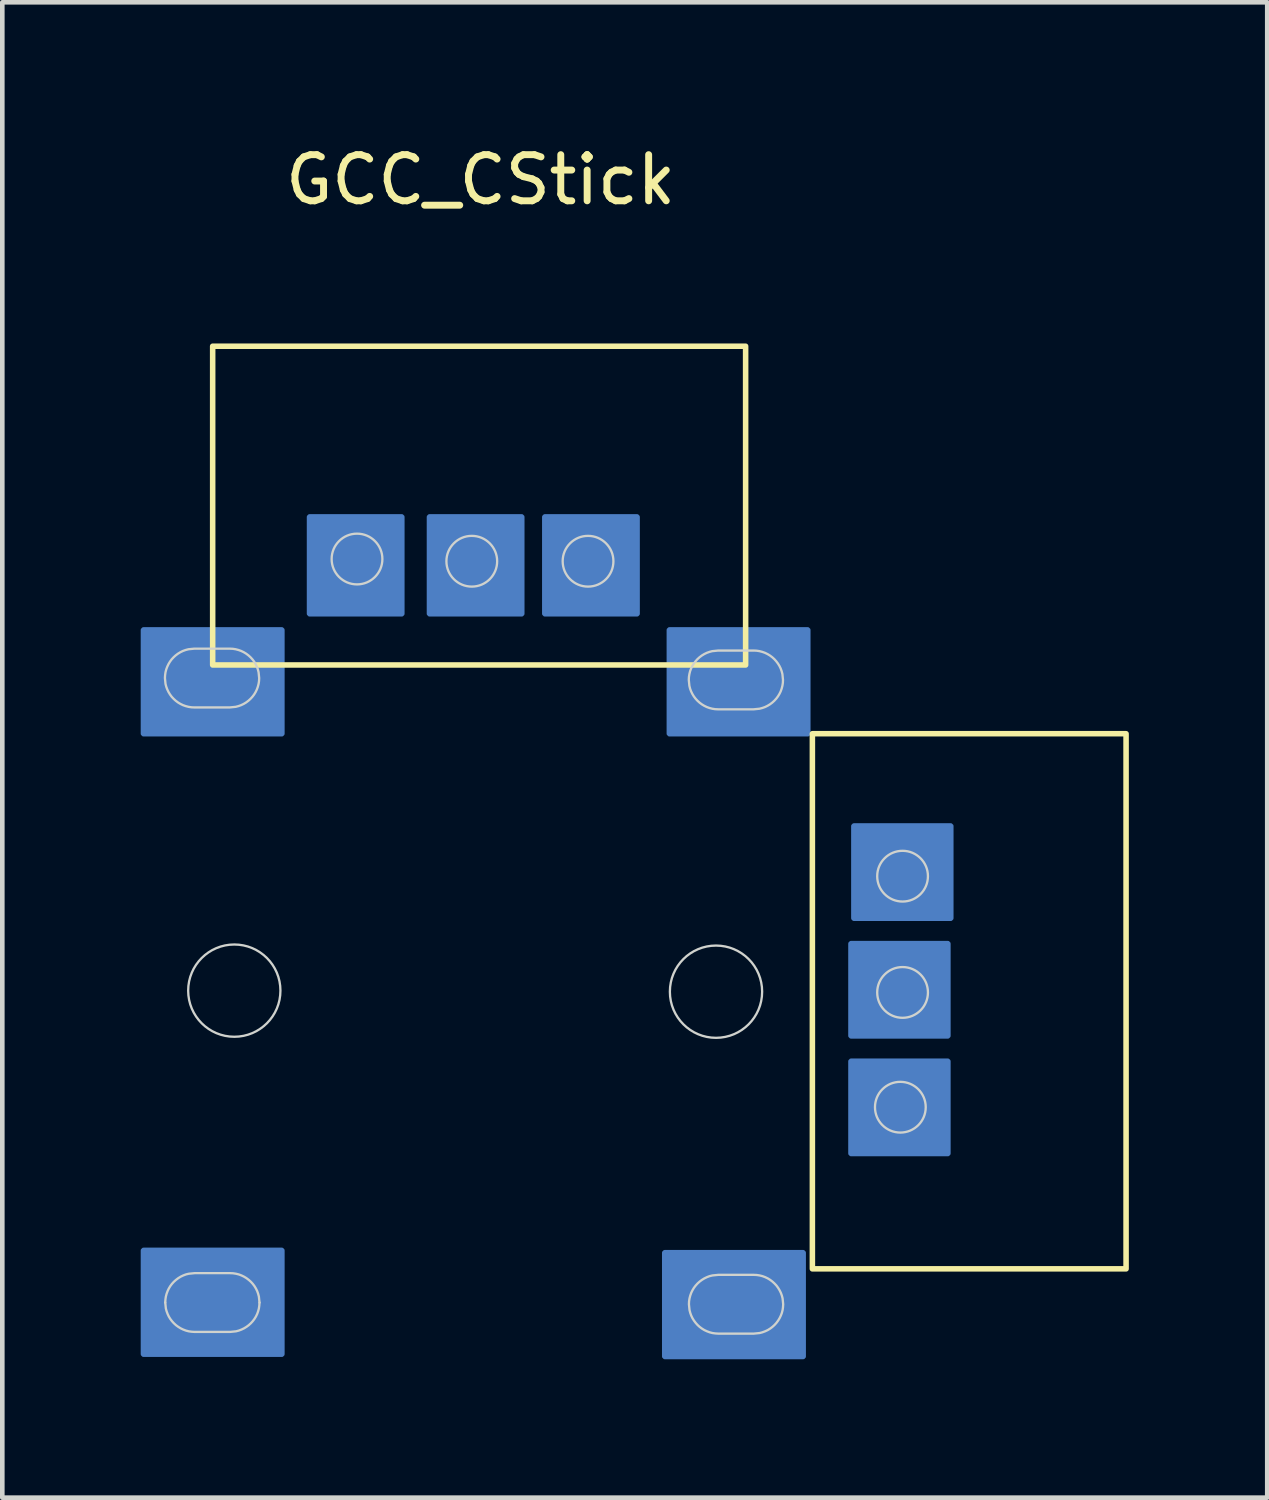
<source format=kicad_pcb>
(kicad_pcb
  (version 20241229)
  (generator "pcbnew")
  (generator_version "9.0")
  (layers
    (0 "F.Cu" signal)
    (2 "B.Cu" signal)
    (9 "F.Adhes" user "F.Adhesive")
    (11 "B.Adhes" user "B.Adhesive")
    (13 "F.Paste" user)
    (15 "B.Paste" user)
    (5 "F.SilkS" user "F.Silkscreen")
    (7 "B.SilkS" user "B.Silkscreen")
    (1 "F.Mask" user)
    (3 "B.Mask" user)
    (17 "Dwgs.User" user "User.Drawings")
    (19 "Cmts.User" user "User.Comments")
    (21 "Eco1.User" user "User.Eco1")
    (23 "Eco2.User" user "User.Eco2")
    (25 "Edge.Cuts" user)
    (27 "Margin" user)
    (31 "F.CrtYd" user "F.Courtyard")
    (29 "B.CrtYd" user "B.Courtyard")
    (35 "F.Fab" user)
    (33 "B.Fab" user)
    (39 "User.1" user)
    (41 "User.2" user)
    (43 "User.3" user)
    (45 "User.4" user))
  (footprint "GCC_CStick"
    (layer "F.Cu")
    (at 7.368 12.248)
    (property "Reference" "GCC_CStick" (at 0 -11.4 0) (unlocked yes) (layer "F.SilkS") (effects (font (size 1 1) (thickness 0.15))))
    (attr smd)
    (fp_rect (start -5.808 -7.793) (end 5.745 -0.883) (stroke (width 0.12) (type default)) (fill no) (layer "F.SilkS"))
    (fp_rect (start 7.192 0.607) (end 13.992 12.207) (stroke (width 0.12) (type default)) (fill no) (layer "F.SilkS"))
    (fp_line (start -6.836 12.937) (end -6.836 12.937) (stroke (width 0.05) (type default)) (layer "Edge.Cuts"))
    (fp_line (start -4.793 12.937) (end -4.793 12.937) (stroke (width 0.05) (type default)) (layer "Edge.Cuts"))
    (fp_circle (center -5.339 6.176) (end -5.339 5.176) (stroke (width 0.05) (type solid)) (fill no) (layer "Edge.Cuts"))
    (fp_circle (center -2.679 -3.18) (end -2.129 -3.18) (stroke (width 0.05) (type default)) (fill no) (layer "Edge.Cuts"))
    (fp_circle (center -0.191 -3.132) (end 0.359 -3.132) (stroke (width 0.05) (type default)) (fill no) (layer "Edge.Cuts"))
    (fp_circle (center 2.329 -3.132) (end 2.879 -3.132) (stroke (width 0.05) (type default)) (fill no) (layer "Edge.Cuts"))
    (fp_circle (center 5.103 6.199) (end 6.103 6.199) (stroke (width 0.05) (type default)) (fill no) (layer "Edge.Cuts"))
    (fp_circle (center 9.099 8.703) (end 9.649 8.703) (stroke (width 0.05) (type default)) (fill no) (layer "Edge.Cuts"))
    (fp_circle (center 9.147 3.695) (end 9.697 3.695) (stroke (width 0.05) (type default)) (fill no) (layer "Edge.Cuts"))
    (fp_circle (center 9.147 6.215) (end 9.697 6.215) (stroke (width 0.05) (type default)) (fill no) (layer "Edge.Cuts"))
    (fp_poly (pts (xy -5.437 -1.237) (xy -6.205 -1.237) (xy -6.333 -1.224) (xy -6.394 -1.208) (xy -6.453 -1.187) (xy -6.508 -1.16) (xy -6.561 -1.128) (xy -6.61 -1.091) (xy -6.655 -1.05) (xy -6.697 -1.005) (xy -6.733 -0.956) (xy -6.765 -0.903) (xy -6.792 -0.847) (xy -6.814 -0.789) (xy -6.83 -0.728) (xy -6.839 -0.665) (xy -6.843 -0.6) (xy -6.83 -0.472) (xy -6.814 -0.411) (xy -6.792 -0.353) (xy -6.765 -0.297) (xy -6.733 -0.244) (xy -6.697 -0.195) (xy -6.655 -0.15) (xy -6.61 -0.109) (xy -6.561 -0.072) (xy -6.508 -0.04) (xy -6.453 -0.013) (xy -6.394 0.008) (xy -6.333 0.024) (xy -6.27 0.034) (xy -6.205 0.037) (xy -5.437 0.037) (xy -5.309 0.024) (xy -5.248 0.008) (xy -5.19 -0.013) (xy -5.134 -0.04) (xy -5.081 -0.072) (xy -5.032 -0.109) (xy -4.987 -0.15) (xy -4.946 -0.195) (xy -4.909 -0.244) (xy -4.877 -0.297) (xy -4.85 -0.353) (xy -4.829 -0.411) (xy -4.813 -0.472) (xy -4.803 -0.535) (xy -4.8 -0.6) (xy -4.813 -0.728) (xy -4.829 -0.789) (xy -4.85 -0.847) (xy -4.877 -0.903) (xy -4.909 -0.956) (xy -4.946 -1.005) (xy -4.987 -1.05) (xy -5.032 -1.091) (xy -5.081 -1.128) (xy -5.134 -1.16) (xy -5.19 -1.187) (xy -5.248 -1.208) (xy -5.309 -1.224) (xy -5.372 -1.234)) (stroke (width 0.05) (type solid)) (fill no) (layer "Edge.Cuts"))
    (fp_poly (pts (xy -5.43 12.3) (xy -6.199 12.3) (xy -6.327 12.313) (xy -6.388 12.328) (xy -6.446 12.35) (xy -6.502 12.377) (xy -6.554 12.409) (xy -6.603 12.446) (xy -6.649 12.487) (xy -6.69 12.532) (xy -6.727 12.581) (xy -6.759 12.634) (xy -6.785 12.689) (xy -6.807 12.748) (xy -6.823 12.809) (xy -6.832 12.872) (xy -6.836 12.937) (xy -6.823 13.065) (xy -6.807 13.125) (xy -6.785 13.184) (xy -6.759 13.24) (xy -6.727 13.292) (xy -6.69 13.341) (xy -6.649 13.386) (xy -6.603 13.428) (xy -6.554 13.464) (xy -6.502 13.496) (xy -6.446 13.523) (xy -6.388 13.545) (xy -6.327 13.561) (xy -6.264 13.57) (xy -6.199 13.574) (xy -5.43 13.574) (xy -5.302 13.561) (xy -5.241 13.545) (xy -5.183 13.523) (xy -5.127 13.496) (xy -5.075 13.464) (xy -5.026 13.428) (xy -4.98 13.386) (xy -4.939 13.341) (xy -4.902 13.292) (xy -4.87 13.24) (xy -4.843 13.184) (xy -4.822 13.125) (xy -4.806 13.065) (xy -4.797 13.001) (xy -4.793 12.937) (xy -4.806 12.809) (xy -4.822 12.748) (xy -4.843 12.689) (xy -4.87 12.634) (xy -4.902 12.581) (xy -4.939 12.532) (xy -4.98 12.487) (xy -5.026 12.446) (xy -5.075 12.409) (xy -5.127 12.377) (xy -5.183 12.35) (xy -5.241 12.328) (xy -5.302 12.313) (xy -5.365 12.303)) (stroke (width 0.05) (type solid)) (fill no) (layer "Edge.Cuts"))
    (fp_poly (pts (xy 5.918 -1.196) (xy 5.15 -1.196) (xy 5.022 -1.183) (xy 4.961 -1.167) (xy 4.902 -1.146) (xy 4.847 -1.119) (xy 4.794 -1.087) (xy 4.745 -1.05) (xy 4.7 -1.009) (xy 4.659 -0.963) (xy 4.622 -0.914) (xy 4.59 -0.862) (xy 4.563 -0.806) (xy 4.541 -0.748) (xy 4.526 -0.687) (xy 4.516 -0.624) (xy 4.513 -0.559) (xy 4.526 -0.431) (xy 4.541 -0.37) (xy 4.563 -0.311) (xy 4.59 -0.256) (xy 4.622 -0.203) (xy 4.659 -0.154) (xy 4.7 -0.109) (xy 4.745 -0.068) (xy 4.794 -0.031) (xy 4.847 0.001) (xy 4.902 0.028) (xy 4.961 0.049) (xy 5.022 0.065) (xy 5.085 0.075) (xy 5.15 0.078) (xy 5.918 0.078) (xy 6.046 0.065) (xy 6.107 0.049) (xy 6.166 0.028) (xy 6.221 0.001) (xy 6.274 -0.031) (xy 6.323 -0.068) (xy 6.368 -0.109) (xy 6.409 -0.154) (xy 6.446 -0.203) (xy 6.478 -0.256) (xy 6.505 -0.311) (xy 6.526 -0.37) (xy 6.542 -0.431) (xy 6.552 -0.494) (xy 6.555 -0.559) (xy 6.542 -0.687) (xy 6.526 -0.748) (xy 6.505 -0.806) (xy 6.478 -0.862) (xy 6.446 -0.914) (xy 6.409 -0.963) (xy 6.368 -1.009) (xy 6.323 -1.05) (xy 6.274 -1.087) (xy 6.221 -1.119) (xy 6.166 -1.146) (xy 6.107 -1.167) (xy 6.046 -1.183) (xy 5.983 -1.193)) (stroke (width 0.05) (type solid)) (fill no) (layer "Edge.Cuts"))
    (fp_poly (pts (xy 5.922 12.337) (xy 5.153 12.337) (xy 5.025 12.35) (xy 4.964 12.365) (xy 4.906 12.387) (xy 4.85 12.414) (xy 4.798 12.446) (xy 4.748 12.483) (xy 4.703 12.524) (xy 4.662 12.569) (xy 4.625 12.618) (xy 4.593 12.671) (xy 4.566 12.726) (xy 4.545 12.785) (xy 4.529 12.846) (xy 4.519 12.909) (xy 4.516 12.974) (xy 4.529 13.102) (xy 4.545 13.163) (xy 4.566 13.221) (xy 4.593 13.277) (xy 4.625 13.329) (xy 4.662 13.378) (xy 4.703 13.424) (xy 4.748 13.465) (xy 4.798 13.502) (xy 4.85 13.534) (xy 4.906 13.56) (xy 4.964 13.582) (xy 5.025 13.598) (xy 5.088 13.607) (xy 5.153 13.611) (xy 5.922 13.611) (xy 6.05 13.598) (xy 6.11 13.582) (xy 6.169 13.56) (xy 6.225 13.534) (xy 6.277 13.502) (xy 6.326 13.465) (xy 6.371 13.424) (xy 6.413 13.378) (xy 6.449 13.329) (xy 6.481 13.277) (xy 6.508 13.221) (xy 6.53 13.163) (xy 6.546 13.102) (xy 6.555 13.039) (xy 6.559 12.974) (xy 6.546 12.846) (xy 6.53 12.785) (xy 6.508 12.726) (xy 6.481 12.671) (xy 6.449 12.618) (xy 6.413 12.569) (xy 6.371 12.524) (xy 6.326 12.483) (xy 6.277 12.446) (xy 6.225 12.414) (xy 6.169 12.387) (xy 6.11 12.365) (xy 6.05 12.35) (xy 5.986 12.34)) (stroke (width 0.05) (type solid)) (fill no) (layer "Edge.Cuts"))
    (pad "" smd custom (at -5.408 -0.393 90) (size 0.793 0.793) (layers "B.Cu" "B.Mask" "B.Paste") (options (anchor circle)) (primitives (gr_poly (pts (xy -0.397 -0.283) (xy -0.381 -0.359) (xy -0.338 -0.423) (xy -0.274 -0.466) (xy -0.198 -0.481) (xy 0.198 -0.481) (xy 0.274 -0.466) (xy 0.338 -0.423) (xy 0.381 -0.359) (xy 0.397 -0.283) (xy 0.397 0.283) (xy 0.381 0.359) (xy 0.338 0.423) (xy 0.274 0.466) (xy 0.198 0.481) (xy -0.198 0.481) (xy -0.274 0.466) (xy -0.338 0.423) (xy -0.381 0.359) (xy -0.397 0.283)) (width 0) (fill yes)) (gr_rect (start -1 -1.9) (end 1.25 1.1) (width 0.12) (fill yes))))
    (pad "" smd custom (at -5.408 13.057 90) (size 0.793 0.793) (layers "B.Cu" "B.Mask" "B.Paste") (options (anchor circle)) (primitives (gr_poly (pts (xy -0.397 -0.283) (xy -0.381 -0.359) (xy -0.338 -0.423) (xy -0.274 -0.466) (xy -0.198 -0.481) (xy 0.198 -0.481) (xy 0.274 -0.466) (xy 0.338 -0.423) (xy 0.381 -0.359) (xy 0.397 -0.283) (xy 0.397 0.283) (xy 0.381 0.359) (xy 0.338 0.423) (xy 0.274 0.466) (xy 0.198 0.481) (xy -0.198 0.481) (xy -0.274 0.466) (xy -0.338 0.423) (xy -0.381 0.359) (xy -0.397 0.283)) (width 0) (fill yes)) (gr_rect (start -1 -1.9) (end 1.25 1.1) (width 0.12) (fill yes))))
    (pad "" smd custom (at 5.892 13.107 90) (size 0.793 0.793) (layers "B.Cu" "B.Mask" "B.Paste") (options (anchor circle)) (primitives (gr_poly (pts (xy -0.397 -0.283) (xy -0.381 -0.359) (xy -0.338 -0.423) (xy -0.274 -0.466) (xy -0.198 -0.481) (xy 0.198 -0.481) (xy 0.274 -0.466) (xy 0.338 -0.423) (xy 0.381 -0.359) (xy 0.397 -0.283) (xy 0.397 0.283) (xy 0.381 0.359) (xy 0.338 0.423) (xy 0.274 0.466) (xy 0.198 0.481) (xy -0.198 0.481) (xy -0.274 0.466) (xy -0.338 0.423) (xy -0.381 0.359) (xy -0.397 0.283)) (width 0) (fill yes)) (gr_rect (start -1 -1.9) (end 1.25 1.1) (width 0.12) (fill yes))))
    (pad "" smd custom (at 5.992 -0.393 90) (size 0.793 0.793) (layers "B.Cu" "B.Mask" "B.Paste") (options (anchor circle)) (primitives (gr_poly (pts (xy -0.397 -0.283) (xy -0.381 -0.359) (xy -0.338 -0.423) (xy -0.274 -0.466) (xy -0.198 -0.481) (xy 0.198 -0.481) (xy 0.274 -0.466) (xy 0.338 -0.423) (xy 0.381 -0.359) (xy 0.397 -0.283) (xy 0.397 0.283) (xy 0.381 0.359) (xy 0.338 0.423) (xy 0.274 0.466) (xy 0.198 0.481) (xy -0.198 0.481) (xy -0.274 0.466) (xy -0.338 0.423) (xy -0.381 0.359) (xy -0.397 0.283)) (width 0) (fill yes)) (gr_rect (start -1 -1.9) (end 1.25 1.1) (width 0.12) (fill yes))))
    (pad "1" smd custom (at 9.129 8.707 90) (size 0.793 0.793) (layers "B.Cu" "B.Mask" "B.Paste") (options (anchor circle)) (primitives (gr_rect (start -1 -1.1) (end 1 1) (width 0.12) (fill yes))))
    (pad "2" smd custom (at 9.129 6.157 90) (size 0.793 0.793) (layers "B.Cu" "B.Mask" "B.Paste") (options (anchor circle)) (primitives (gr_rect (start -1 -1.1) (end 1 1) (width 0.12) (fill yes))))
    (pad "3" smd custom (at 9.192 3.607 90) (size 0.793 0.793) (layers "B.Cu" "B.Mask" "B.Paste") (options (anchor circle)) (primitives (gr_rect (start -1 -1.1) (end 1 1) (width 0.12) (fill yes))))
    (pad "4" smd custom (at 2.392 -3.093 180) (size 0.793 0.793) (layers "B.Cu" "B.Mask" "B.Paste") (options (anchor circle)) (primitives (gr_rect (start -1 -1.1) (end 1 1) (width 0.12) (fill yes))))
    (pad "5" smd custom (at -0.108 -3.093 180) (size 0.793 0.793) (layers "B.Cu" "B.Mask" "B.Paste") (options (anchor circle)) (primitives (gr_rect (start -1 -1.1) (end 1 1) (width 0.12) (fill yes))))
    (pad "6" smd custom (at -2.708 -3.093 180) (size 0.793 0.793) (layers "B.Cu" "B.Mask" "B.Paste") (options (anchor circle)) (primitives (gr_rect (start -1 -1.1) (end 1 1) (width 0.12) (fill yes)))))
  (gr_rect
    (start -3 -3)
    (end 24.42 29.415)
    (stroke (width 0.1) (type default))
    (fill no)
    (layer "Edge.Cuts")))
</source>
